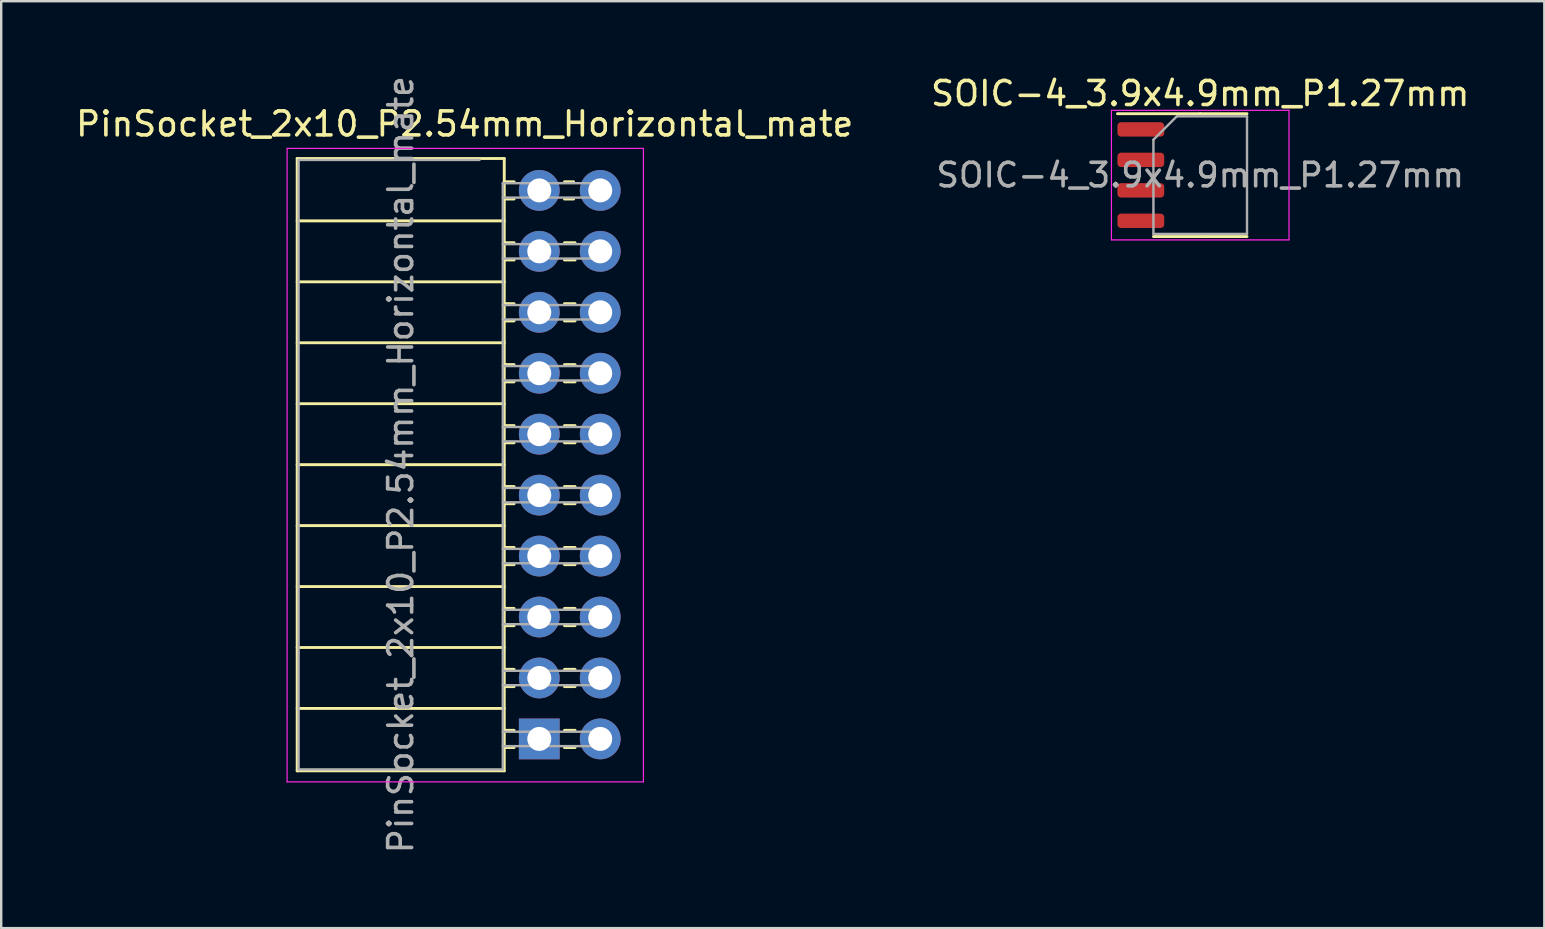
<source format=kicad_pcb>
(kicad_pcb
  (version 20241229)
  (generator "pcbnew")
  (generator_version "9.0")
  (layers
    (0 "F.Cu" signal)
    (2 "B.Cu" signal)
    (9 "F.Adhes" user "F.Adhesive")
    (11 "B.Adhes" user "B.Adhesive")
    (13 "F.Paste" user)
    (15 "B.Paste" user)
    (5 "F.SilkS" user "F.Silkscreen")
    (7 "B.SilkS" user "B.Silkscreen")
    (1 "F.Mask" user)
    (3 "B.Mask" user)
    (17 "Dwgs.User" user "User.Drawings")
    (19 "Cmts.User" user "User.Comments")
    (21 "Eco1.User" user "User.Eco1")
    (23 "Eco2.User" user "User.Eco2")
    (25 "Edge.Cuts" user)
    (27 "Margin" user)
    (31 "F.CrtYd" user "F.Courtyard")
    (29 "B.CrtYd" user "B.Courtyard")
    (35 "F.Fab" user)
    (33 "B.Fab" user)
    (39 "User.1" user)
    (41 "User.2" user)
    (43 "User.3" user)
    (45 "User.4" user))
  (footprint "PinSocket_2x10_P2.54mm_Horizontal_mate"
    (layer "F.Cu")
    (at 21.965 4.885)
    (property "Reference" "PinSocket_2x10_P2.54mm_Horizontal_mate" (at -5.65 -2.77 0) (layer "F.SilkS") (effects (font (size 1 1) (thickness 0.15))))
    (attr through_hole)
    (fp_line (start -12.63 -1.33) (end -12.63 24.19) (stroke (width 0.12) (type solid)) (layer "F.SilkS"))
    (fp_line (start -12.63 -1.33) (end -4 -1.33) (stroke (width 0.12) (type solid)) (layer "F.SilkS"))
    (fp_line (start -12.63 1.27) (end -4 1.27) (stroke (width 0.12) (type solid)) (layer "F.SilkS"))
    (fp_line (start -12.63 3.81) (end -4 3.81) (stroke (width 0.12) (type solid)) (layer "F.SilkS"))
    (fp_line (start -12.63 6.35) (end -4 6.35) (stroke (width 0.12) (type solid)) (layer "F.SilkS"))
    (fp_line (start -12.63 8.89) (end -4 8.89) (stroke (width 0.12) (type solid)) (layer "F.SilkS"))
    (fp_line (start -12.63 11.43) (end -4 11.43) (stroke (width 0.12) (type solid)) (layer "F.SilkS"))
    (fp_line (start -12.63 13.97) (end -4 13.97) (stroke (width 0.12) (type solid)) (layer "F.SilkS"))
    (fp_line (start -12.63 16.51) (end -4 16.51) (stroke (width 0.12) (type solid)) (layer "F.SilkS"))
    (fp_line (start -12.63 19.05) (end -4 19.05) (stroke (width 0.12) (type solid)) (layer "F.SilkS"))
    (fp_line (start -12.63 21.59) (end -4 21.59) (stroke (width 0.12) (type solid)) (layer "F.SilkS"))
    (fp_line (start -12.63 24.19) (end -4 24.19) (stroke (width 0.12) (type solid)) (layer "F.SilkS"))
    (fp_line (start -4 -1.33) (end -4 24.19) (stroke (width 0.12) (type solid)) (layer "F.SilkS"))
    (fp_line (start -4 -0.36) (end -3.59 -0.36) (stroke (width 0.12) (type solid)) (layer "F.SilkS"))
    (fp_line (start -4 0.36) (end -3.59 0.36) (stroke (width 0.12) (type solid)) (layer "F.SilkS"))
    (fp_line (start -4 2.18) (end -3.59 2.18) (stroke (width 0.12) (type solid)) (layer "F.SilkS"))
    (fp_line (start -4 2.9) (end -3.59 2.9) (stroke (width 0.12) (type solid)) (layer "F.SilkS"))
    (fp_line (start -4 4.72) (end -3.59 4.72) (stroke (width 0.12) (type solid)) (layer "F.SilkS"))
    (fp_line (start -4 5.44) (end -3.59 5.44) (stroke (width 0.12) (type solid)) (layer "F.SilkS"))
    (fp_line (start -4 7.26) (end -3.59 7.26) (stroke (width 0.12) (type solid)) (layer "F.SilkS"))
    (fp_line (start -4 7.98) (end -3.59 7.98) (stroke (width 0.12) (type solid)) (layer "F.SilkS"))
    (fp_line (start -4 9.8) (end -3.59 9.8) (stroke (width 0.12) (type solid)) (layer "F.SilkS"))
    (fp_line (start -4 10.52) (end -3.59 10.52) (stroke (width 0.12) (type solid)) (layer "F.SilkS"))
    (fp_line (start -4 12.34) (end -3.59 12.34) (stroke (width 0.12) (type solid)) (layer "F.SilkS"))
    (fp_line (start -4 13.06) (end -3.59 13.06) (stroke (width 0.12) (type solid)) (layer "F.SilkS"))
    (fp_line (start -4 14.88) (end -3.59 14.88) (stroke (width 0.12) (type solid)) (layer "F.SilkS"))
    (fp_line (start -4 15.6) (end -3.59 15.6) (stroke (width 0.12) (type solid)) (layer "F.SilkS"))
    (fp_line (start -4 17.42) (end -3.59 17.42) (stroke (width 0.12) (type solid)) (layer "F.SilkS"))
    (fp_line (start -4 18.14) (end -3.59 18.14) (stroke (width 0.12) (type solid)) (layer "F.SilkS"))
    (fp_line (start -4 19.96) (end -3.59 19.96) (stroke (width 0.12) (type solid)) (layer "F.SilkS"))
    (fp_line (start -4 20.68) (end -3.59 20.68) (stroke (width 0.12) (type solid)) (layer "F.SilkS"))
    (fp_line (start -4 22.5) (end -3.59 22.5) (stroke (width 0.12) (type solid)) (layer "F.SilkS"))
    (fp_line (start -4 23.22) (end -3.59 23.22) (stroke (width 0.12) (type solid)) (layer "F.SilkS"))
    (fp_line (start -1.49 -0.36) (end -1.11 -0.36) (stroke (width 0.12) (type solid)) (layer "F.SilkS"))
    (fp_line (start -1.49 0.36) (end -1.11 0.36) (stroke (width 0.12) (type solid)) (layer "F.SilkS"))
    (fp_line (start -1.49 2.18) (end -1.05 2.18) (stroke (width 0.12) (type solid)) (layer "F.SilkS"))
    (fp_line (start -1.49 2.9) (end -1.05 2.9) (stroke (width 0.12) (type solid)) (layer "F.SilkS"))
    (fp_line (start -1.49 4.72) (end -1.05 4.72) (stroke (width 0.12) (type solid)) (layer "F.SilkS"))
    (fp_line (start -1.49 5.44) (end -1.05 5.44) (stroke (width 0.12) (type solid)) (layer "F.SilkS"))
    (fp_line (start -1.49 7.26) (end -1.05 7.26) (stroke (width 0.12) (type solid)) (layer "F.SilkS"))
    (fp_line (start -1.49 7.98) (end -1.05 7.98) (stroke (width 0.12) (type solid)) (layer "F.SilkS"))
    (fp_line (start -1.49 9.8) (end -1.05 9.8) (stroke (width 0.12) (type solid)) (layer "F.SilkS"))
    (fp_line (start -1.49 10.52) (end -1.05 10.52) (stroke (width 0.12) (type solid)) (layer "F.SilkS"))
    (fp_line (start -1.49 12.34) (end -1.05 12.34) (stroke (width 0.12) (type solid)) (layer "F.SilkS"))
    (fp_line (start -1.49 13.06) (end -1.05 13.06) (stroke (width 0.12) (type solid)) (layer "F.SilkS"))
    (fp_line (start -1.49 14.88) (end -1.05 14.88) (stroke (width 0.12) (type solid)) (layer "F.SilkS"))
    (fp_line (start -1.49 15.6) (end -1.05 15.6) (stroke (width 0.12) (type solid)) (layer "F.SilkS"))
    (fp_line (start -1.49 17.42) (end -1.05 17.42) (stroke (width 0.12) (type solid)) (layer "F.SilkS"))
    (fp_line (start -1.49 18.14) (end -1.05 18.14) (stroke (width 0.12) (type solid)) (layer "F.SilkS"))
    (fp_line (start -1.49 19.96) (end -1.05 19.96) (stroke (width 0.12) (type solid)) (layer "F.SilkS"))
    (fp_line (start -1.49 20.68) (end -1.05 20.68) (stroke (width 0.12) (type solid)) (layer "F.SilkS"))
    (fp_line (start -1.49 22.5) (end -1.05 22.5) (stroke (width 0.12) (type solid)) (layer "F.SilkS"))
    (fp_line (start -1.49 23.22) (end -1.05 23.22) (stroke (width 0.12) (type solid)) (layer "F.SilkS"))
    (fp_line (start -13.05 -1.75) (end -13.05 24.65) (stroke (width 0.05) (type solid)) (layer "F.CrtYd"))
    (fp_line (start -13.05 24.65) (end 1.8 24.65) (stroke (width 0.05) (type solid)) (layer "F.CrtYd"))
    (fp_line (start 1.8 -1.75) (end -13.05 -1.75) (stroke (width 0.05) (type solid)) (layer "F.CrtYd"))
    (fp_line (start 1.8 24.65) (end 1.8 -1.75) (stroke (width 0.05) (type solid)) (layer "F.CrtYd"))
    (fp_line (start -12.57 -1.27) (end -5.03 -1.27) (stroke (width 0.1) (type solid)) (layer "F.Fab"))
    (fp_line (start -12.57 24.13) (end -12.57 -1.27) (stroke (width 0.1) (type solid)) (layer "F.Fab"))
    (fp_line (start -4.06 -0.3) (end -4.06 24.13) (stroke (width 0.1) (type solid)) (layer "F.Fab"))
    (fp_line (start -4.06 0.3) (end 0 0.3) (stroke (width 0.1) (type solid)) (layer "F.Fab"))
    (fp_line (start -4.06 2.84) (end 0 2.84) (stroke (width 0.1) (type solid)) (layer "F.Fab"))
    (fp_line (start -4.06 5.38) (end 0 5.38) (stroke (width 0.1) (type solid)) (layer "F.Fab"))
    (fp_line (start -4.06 7.92) (end 0 7.92) (stroke (width 0.1) (type solid)) (layer "F.Fab"))
    (fp_line (start -4.06 10.46) (end 0 10.46) (stroke (width 0.1) (type solid)) (layer "F.Fab"))
    (fp_line (start -4.06 13) (end 0 13) (stroke (width 0.1) (type solid)) (layer "F.Fab"))
    (fp_line (start -4.06 15.54) (end 0 15.54) (stroke (width 0.1) (type solid)) (layer "F.Fab"))
    (fp_line (start -4.06 18.08) (end 0 18.08) (stroke (width 0.1) (type solid)) (layer "F.Fab"))
    (fp_line (start -4.06 20.62) (end 0 20.62) (stroke (width 0.1) (type solid)) (layer "F.Fab"))
    (fp_line (start -4.06 23.16) (end 0 23.16) (stroke (width 0.1) (type solid)) (layer "F.Fab"))
    (fp_line (start -4.06 24.13) (end -12.57 24.13) (stroke (width 0.1) (type solid)) (layer "F.Fab"))
    (fp_line (start 0 -0.3) (end -4.06 -0.3) (stroke (width 0.1) (type solid)) (layer "F.Fab"))
    (fp_line (start 0 0.3) (end 0 -0.3) (stroke (width 0.1) (type solid)) (layer "F.Fab"))
    (fp_line (start 0 2.24) (end -4.06 2.24) (stroke (width 0.1) (type solid)) (layer "F.Fab"))
    (fp_line (start 0 2.84) (end 0 2.24) (stroke (width 0.1) (type solid)) (layer "F.Fab"))
    (fp_line (start 0 4.78) (end -4.06 4.78) (stroke (width 0.1) (type solid)) (layer "F.Fab"))
    (fp_line (start 0 5.38) (end 0 4.78) (stroke (width 0.1) (type solid)) (layer "F.Fab"))
    (fp_line (start 0 7.32) (end -4.06 7.32) (stroke (width 0.1) (type solid)) (layer "F.Fab"))
    (fp_line (start 0 7.92) (end 0 7.32) (stroke (width 0.1) (type solid)) (layer "F.Fab"))
    (fp_line (start 0 9.86) (end -4.06 9.86) (stroke (width 0.1) (type solid)) (layer "F.Fab"))
    (fp_line (start 0 10.46) (end 0 9.86) (stroke (width 0.1) (type solid)) (layer "F.Fab"))
    (fp_line (start 0 12.4) (end -4.06 12.4) (stroke (width 0.1) (type solid)) (layer "F.Fab"))
    (fp_line (start 0 13) (end 0 12.4) (stroke (width 0.1) (type solid)) (layer "F.Fab"))
    (fp_line (start 0 14.94) (end -4.06 14.94) (stroke (width 0.1) (type solid)) (layer "F.Fab"))
    (fp_line (start 0 15.54) (end 0 14.94) (stroke (width 0.1) (type solid)) (layer "F.Fab"))
    (fp_line (start 0 17.48) (end -4.06 17.48) (stroke (width 0.1) (type solid)) (layer "F.Fab"))
    (fp_line (start 0 18.08) (end 0 17.48) (stroke (width 0.1) (type solid)) (layer "F.Fab"))
    (fp_line (start 0 20.02) (end -4.06 20.02) (stroke (width 0.1) (type solid)) (layer "F.Fab"))
    (fp_line (start 0 20.62) (end 0 20.02) (stroke (width 0.1) (type solid)) (layer "F.Fab"))
    (fp_line (start 0 22.56) (end -4.06 22.56) (stroke (width 0.1) (type solid)) (layer "F.Fab"))
    (fp_line (start 0 23.16) (end 0 22.56) (stroke (width 0.1) (type solid)) (layer "F.Fab"))
    (fp_text user "${REFERENCE}" (at -8.315 11.43 90) (layer "F.Fab") (effects (font (size 1 1) (thickness 0.15))))
    (pad "1" thru_hole rect (at -2.54 22.86) (size 1.7 1.7) (drill 1) (layers "*.Cu" "*.Mask"))
    (pad "2" thru_hole oval (at 0 22.86) (size 1.7 1.7) (drill 1) (layers "*.Cu" "*.Mask"))
    (pad "3" thru_hole oval (at -2.54 20.32) (size 1.7 1.7) (drill 1) (layers "*.Cu" "*.Mask"))
    (pad "4" thru_hole oval (at 0 20.32) (size 1.7 1.7) (drill 1) (layers "*.Cu" "*.Mask"))
    (pad "5" thru_hole oval (at -2.54 17.78) (size 1.7 1.7) (drill 1) (layers "*.Cu" "*.Mask"))
    (pad "6" thru_hole oval (at 0 17.78) (size 1.7 1.7) (drill 1) (layers "*.Cu" "*.Mask"))
    (pad "7" thru_hole oval (at -2.54 15.24) (size 1.7 1.7) (drill 1) (layers "*.Cu" "*.Mask"))
    (pad "8" thru_hole oval (at 0 15.24) (size 1.7 1.7) (drill 1) (layers "*.Cu" "*.Mask"))
    (pad "9" thru_hole oval (at -2.54 12.7) (size 1.7 1.7) (drill 1) (layers "*.Cu" "*.Mask"))
    (pad "10" thru_hole oval (at 0 12.7) (size 1.7 1.7) (drill 1) (layers "*.Cu" "*.Mask"))
    (pad "11" thru_hole oval (at -2.54 10.16) (size 1.7 1.7) (drill 1) (layers "*.Cu" "*.Mask"))
    (pad "12" thru_hole oval (at 0 10.16) (size 1.7 1.7) (drill 1) (layers "*.Cu" "*.Mask"))
    (pad "13" thru_hole oval (at -2.54 7.62) (size 1.7 1.7) (drill 1) (layers "*.Cu" "*.Mask"))
    (pad "14" thru_hole oval (at 0 7.62) (size 1.7 1.7) (drill 1) (layers "*.Cu" "*.Mask"))
    (pad "15" thru_hole oval (at -2.54 5.08) (size 1.7 1.7) (drill 1) (layers "*.Cu" "*.Mask"))
    (pad "16" thru_hole oval (at 0 5.08) (size 1.7 1.7) (drill 1) (layers "*.Cu" "*.Mask"))
    (pad "17" thru_hole oval (at -2.54 2.54) (size 1.7 1.7) (drill 1) (layers "*.Cu" "*.Mask"))
    (pad "18" thru_hole oval (at 0 2.54) (size 1.7 1.7) (drill 1) (layers "*.Cu" "*.Mask"))
    (pad "19" thru_hole oval (at -2.54 0) (size 1.7 1.7) (drill 1) (layers "*.Cu" "*.Mask"))
    (pad "20" thru_hole oval (at 0 0) (size 1.7 1.7) (drill 1) (layers "*.Cu" "*.Mask")))
  (footprint "SOIC-4_3.9x4.9mm_P1.27mm"
    (layer "F.Cu")
    (at 46.97 4.248)
    (property "Reference" "SOIC-4_3.9x4.9mm_P1.27mm" (at 0 -3.4 0) (layer "F.SilkS") (effects (font (size 1 1) (thickness 0.15))))
    (attr smd)
    (fp_line (start 0 -2.56) (end -3.45 -2.56) (stroke (width 0.12) (type solid)) (layer "F.SilkS"))
    (fp_line (start 0 -2.56) (end 1.95 -2.56) (stroke (width 0.12) (type solid)) (layer "F.SilkS"))
    (fp_line (start 0 2.56) (end -1.95 2.56) (stroke (width 0.12) (type solid)) (layer "F.SilkS"))
    (fp_line (start 0 2.56) (end 1.95 2.56) (stroke (width 0.12) (type solid)) (layer "F.SilkS"))
    (fp_line (start -3.7 -2.7) (end -3.7 2.7) (stroke (width 0.05) (type solid)) (layer "F.CrtYd"))
    (fp_line (start -3.7 2.7) (end 3.7 2.7) (stroke (width 0.05) (type solid)) (layer "F.CrtYd"))
    (fp_line (start 3.7 -2.7) (end -3.7 -2.7) (stroke (width 0.05) (type solid)) (layer "F.CrtYd"))
    (fp_line (start 3.7 2.7) (end 3.7 -2.7) (stroke (width 0.05) (type solid)) (layer "F.CrtYd"))
    (fp_line (start -1.95 -1.475) (end -0.975 -2.45) (stroke (width 0.1) (type solid)) (layer "F.Fab"))
    (fp_line (start -1.95 2.45) (end -1.95 -1.475) (stroke (width 0.1) (type solid)) (layer "F.Fab"))
    (fp_line (start -0.975 -2.45) (end 1.95 -2.45) (stroke (width 0.1) (type solid)) (layer "F.Fab"))
    (fp_line (start 1.95 -2.45) (end 1.95 2.45) (stroke (width 0.1) (type solid)) (layer "F.Fab"))
    (fp_line (start 1.95 2.45) (end -1.95 2.45) (stroke (width 0.1) (type solid)) (layer "F.Fab"))
    (fp_text user "${REFERENCE}" (at 0 0 0) (layer "F.Fab") (effects (font (size 0.98 0.98) (thickness 0.15))))
    (pad "1" smd roundrect (at -2.475 -1.905) (size 1.95 0.6) (layers "F.Cu" "F.Mask" "F.Paste") (roundrect_rratio 0.25))
    (pad "2" smd roundrect (at -2.475 -0.635) (size 1.95 0.6) (layers "F.Cu" "F.Mask" "F.Paste") (roundrect_rratio 0.25))
    (pad "3" smd roundrect (at -2.475 0.635) (size 1.95 0.6) (layers "F.Cu" "F.Mask" "F.Paste") (roundrect_rratio 0.25))
    (pad "4" smd roundrect (at -2.475 1.905) (size 1.95 0.6) (layers "F.Cu" "F.Mask" "F.Paste") (roundrect_rratio 0.25)))
  (gr_rect
    (start -3 -3)
    (end 61.31 35.631)
    (stroke (width 0.1) (type default))
    (fill no)
    (layer "Edge.Cuts")))
</source>
